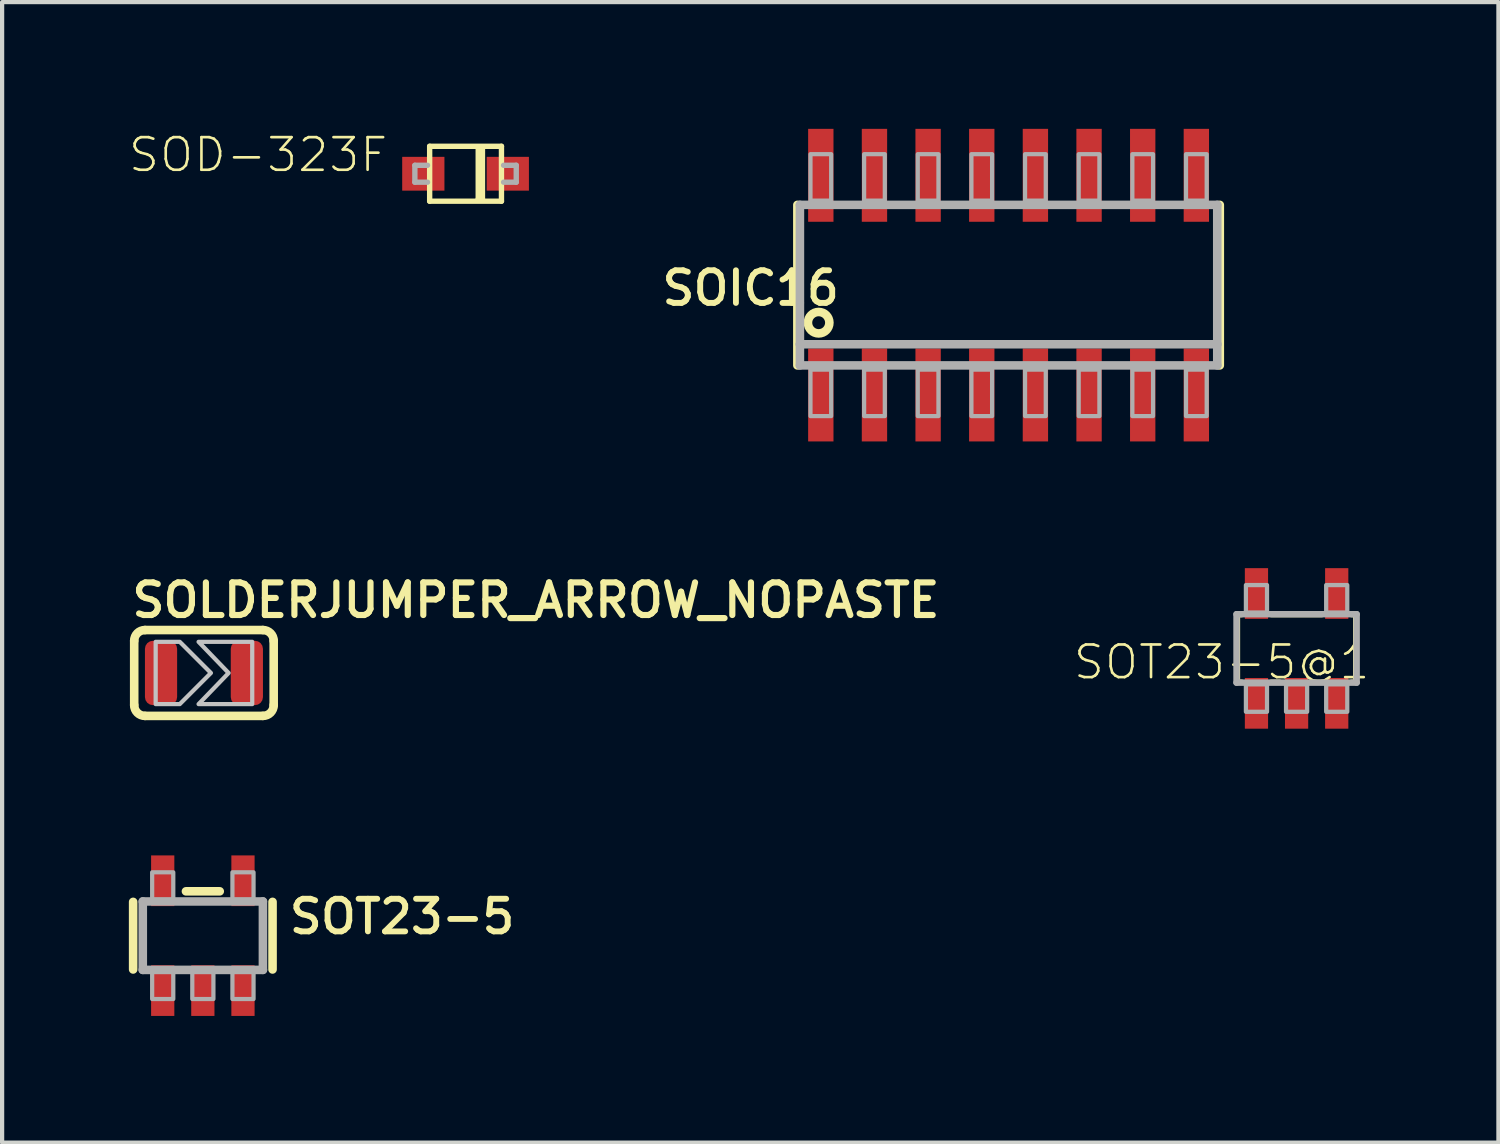
<source format=kicad_pcb>
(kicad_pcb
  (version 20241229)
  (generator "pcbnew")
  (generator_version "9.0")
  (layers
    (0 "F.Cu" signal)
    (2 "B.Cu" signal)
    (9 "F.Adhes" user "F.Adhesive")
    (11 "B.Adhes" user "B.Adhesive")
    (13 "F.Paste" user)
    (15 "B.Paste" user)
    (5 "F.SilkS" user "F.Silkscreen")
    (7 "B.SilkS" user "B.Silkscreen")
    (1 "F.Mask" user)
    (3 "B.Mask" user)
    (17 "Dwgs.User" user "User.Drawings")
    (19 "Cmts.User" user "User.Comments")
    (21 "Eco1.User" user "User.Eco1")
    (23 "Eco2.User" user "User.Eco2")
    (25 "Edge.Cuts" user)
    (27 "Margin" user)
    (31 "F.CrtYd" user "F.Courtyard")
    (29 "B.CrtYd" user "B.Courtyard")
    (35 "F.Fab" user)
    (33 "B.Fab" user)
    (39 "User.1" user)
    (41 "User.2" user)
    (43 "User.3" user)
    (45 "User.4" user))
  (footprint "SOLDERJUMPER_ARROW_NOPASTE"
    (layer "F.Cu")
    (at 1.778 12.881)
    (property "Reference" "SOLDERJUMPER_ARROW_NOPASTE" (at -1.778 -1.27 0) (layer "F.SilkS") (effects (font (size 0.772 0.772) (thickness 0.146)) (justify left bottom)))
    (attr through_hole)
    (fp_poly (pts (xy -1.46 0.826) (xy 1.46 0.826) (xy 1.46 -0.826) (xy -1.46 -0.826)) (stroke (width 0) (type solid)) (fill yes) (layer "F.Mask"))
    (fp_line (start -1.651 0.762) (end -1.651 -0.762) (stroke (width 0.203) (type solid)) (layer "F.SilkS"))
    (fp_line (start -1.397 -1.016) (end 1.397 -1.016) (stroke (width 0.203) (type solid)) (layer "F.SilkS"))
    (fp_line (start 1.397 1.016) (end -1.397 1.016) (stroke (width 0.203) (type solid)) (layer "F.SilkS"))
    (fp_line (start 1.651 0.762) (end 1.651 -0.762) (stroke (width 0.203) (type solid)) (layer "F.SilkS"))
    (fp_arc (start -1.651 -0.762) (mid -1.576605 -0.941605) (end -1.397 -1.016) (stroke (width 0.2032) (type solid)) (layer "F.SilkS"))
    (fp_arc (start -1.397 1.016) (mid -1.576605 0.941605) (end -1.651 0.762) (stroke (width 0.2032) (type solid)) (layer "F.SilkS"))
    (fp_arc (start 1.397 -1.016) (mid 1.576605 -0.941605) (end 1.651 -0.762) (stroke (width 0.2032) (type solid)) (layer "F.SilkS"))
    (fp_arc (start 1.651 0.762) (mid 1.576605 0.941605) (end 1.397 1.016) (stroke (width 0.2032) (type solid)) (layer "F.SilkS"))
    (fp_poly (pts (xy -1.143 -0.737) (xy -0.572 -0.737) (xy 0.165 0) (xy -0.572 0.737) (xy -1.143 0.737)) (stroke (width 0.1) (type solid)) (fill no) (layer "Dwgs.User"))
    (fp_poly (pts (xy -0.127 -0.737) (xy 0.584 0) (xy -0.127 0.737) (xy 1.143 0.737) (xy 1.143 -0.737)) (stroke (width 0.1) (type solid)) (fill no) (layer "Dwgs.User"))
    (pad "1" smd roundrect (at -1.016 0) (size 0.762 1.524) (layers "F.Cu" "F.Mask") (roundrect_rratio 0.25))
    (pad "2" smd roundrect (at 1.016 0) (size 0.762 1.524) (layers "F.Cu" "F.Mask") (roundrect_rratio 0.25)))
  (footprint "SOD-323F"
    (layer "F.Cu")
    (at 7.971 1.063)
    (property "Reference" "SOD-323F" (at -1.8 -0.9 180) (layer "F.SilkS") (effects (font (size 0.772 0.772) (thickness 0.062)) (justify right top)))
    (attr through_hole)
    (fp_line (start -0.85 -0.65) (end 0.85 -0.65) (stroke (width 0.127) (type solid)) (layer "F.SilkS"))
    (fp_line (start -0.85 0.65) (end -0.85 -0.65) (stroke (width 0.127) (type solid)) (layer "F.SilkS"))
    (fp_line (start 0.3 0.6) (end 0.3 -0.6) (stroke (width 0.127) (type solid)) (layer "F.SilkS"))
    (fp_line (start 0.4 -0.6) (end 0.4 0.6) (stroke (width 0.127) (type solid)) (layer "F.SilkS"))
    (fp_line (start 0.4 0.6) (end 0.3 0.6) (stroke (width 0.127) (type solid)) (layer "F.SilkS"))
    (fp_line (start 0.85 -0.65) (end 0.85 0.65) (stroke (width 0.127) (type solid)) (layer "F.SilkS"))
    (fp_line (start 0.85 0.65) (end -0.85 0.65) (stroke (width 0.127) (type solid)) (layer "F.SilkS"))
    (fp_line (start -1.2 -0.2) (end -1.2 0.2) (stroke (width 0.127) (type solid)) (layer "F.Fab"))
    (fp_line (start -1.2 0.2) (end -0.9 0.2) (stroke (width 0.127) (type solid)) (layer "F.Fab"))
    (fp_line (start -0.9 -0.2) (end -1.2 -0.2) (stroke (width 0.127) (type solid)) (layer "F.Fab"))
    (fp_line (start 0.9 -0.2) (end 1.2 -0.2) (stroke (width 0.127) (type solid)) (layer "F.Fab"))
    (fp_line (start 1.2 -0.2) (end 1.2 0.2) (stroke (width 0.127) (type solid)) (layer "F.Fab"))
    (fp_line (start 1.2 0.2) (end 0.9 0.2) (stroke (width 0.127) (type solid)) (layer "F.Fab"))
    (pad "A" smd rect (at -1 0) (size 1 0.8) (layers "F.Cu" "F.Mask" "F.Paste"))
    (pad "C" smd rect (at 1 0) (size 1 0.8) (layers "F.Cu" "F.Mask" "F.Paste")))
  (footprint "SOIC16"
    (layer "F.Cu")
    (at 20.826 3.7)
    (property "Reference" "SOIC16" (at -3.937 -0.381 180) (layer "F.SilkS") (effects (font (size 0.772 0.772) (thickness 0.139)) (justify right top)))
    (attr through_hole)
    (fp_line (start -5 -1.9) (end -5 1.9) (stroke (width 0.203) (type solid)) (layer "F.SilkS"))
    (fp_line (start 5 -1.9) (end 5 1.9) (stroke (width 0.203) (type solid)) (layer "F.SilkS"))
    (fp_circle (center -4.496 0.889) (end -4.242 0.889) (stroke (width 0.203) (type solid)) (fill no) (layer "F.SilkS"))
    (fp_line (start -4.94 -1.9) (end 4.94 -1.9) (stroke (width 0.203) (type solid)) (layer "F.Fab"))
    (fp_line (start -4.94 1.4) (end -4.94 -1.9) (stroke (width 0.203) (type solid)) (layer "F.Fab"))
    (fp_line (start -4.94 1.9) (end -4.94 1.4) (stroke (width 0.203) (type solid)) (layer "F.Fab"))
    (fp_line (start 4.94 -1.9) (end 4.94 1.4) (stroke (width 0.203) (type solid)) (layer "F.Fab"))
    (fp_line (start 4.94 1.4) (end -4.94 1.4) (stroke (width 0.203) (type solid)) (layer "F.Fab"))
    (fp_line (start 4.94 1.4) (end 4.94 1.9) (stroke (width 0.203) (type solid)) (layer "F.Fab"))
    (fp_line (start 4.94 1.9) (end -4.94 1.9) (stroke (width 0.203) (type solid)) (layer "F.Fab"))
    (fp_poly (pts (xy -4.69 -2) (xy -4.2 -2) (xy -4.2 -3.1) (xy -4.69 -3.1)) (stroke (width 0.1) (type solid)) (fill no) (layer "F.Fab"))
    (fp_poly (pts (xy -4.69 3.1) (xy -4.2 3.1) (xy -4.2 2) (xy -4.69 2)) (stroke (width 0.1) (type solid)) (fill no) (layer "F.Fab"))
    (fp_poly (pts (xy -3.42 -2) (xy -2.93 -2) (xy -2.93 -3.1) (xy -3.42 -3.1)) (stroke (width 0.1) (type solid)) (fill no) (layer "F.Fab"))
    (fp_poly (pts (xy -3.42 3.1) (xy -2.93 3.1) (xy -2.93 2) (xy -3.42 2)) (stroke (width 0.1) (type solid)) (fill no) (layer "F.Fab"))
    (fp_poly (pts (xy -2.15 -2) (xy -1.66 -2) (xy -1.66 -3.1) (xy -2.15 -3.1)) (stroke (width 0.1) (type solid)) (fill no) (layer "F.Fab"))
    (fp_poly (pts (xy -2.15 3.1) (xy -1.66 3.1) (xy -1.66 2) (xy -2.15 2)) (stroke (width 0.1) (type solid)) (fill no) (layer "F.Fab"))
    (fp_poly (pts (xy -0.88 -2) (xy -0.39 -2) (xy -0.39 -3.1) (xy -0.88 -3.1)) (stroke (width 0.1) (type solid)) (fill no) (layer "F.Fab"))
    (fp_poly (pts (xy -0.88 3.1) (xy -0.39 3.1) (xy -0.39 2) (xy -0.88 2)) (stroke (width 0.1) (type solid)) (fill no) (layer "F.Fab"))
    (fp_poly (pts (xy 0.39 -2) (xy 0.88 -2) (xy 0.88 -3.1) (xy 0.39 -3.1)) (stroke (width 0.1) (type solid)) (fill no) (layer "F.Fab"))
    (fp_poly (pts (xy 0.39 3.1) (xy 0.88 3.1) (xy 0.88 2) (xy 0.39 2)) (stroke (width 0.1) (type solid)) (fill no) (layer "F.Fab"))
    (fp_poly (pts (xy 1.66 -2) (xy 2.15 -2) (xy 2.15 -3.1) (xy 1.66 -3.1)) (stroke (width 0.1) (type solid)) (fill no) (layer "F.Fab"))
    (fp_poly (pts (xy 1.66 3.1) (xy 2.15 3.1) (xy 2.15 2) (xy 1.66 2)) (stroke (width 0.1) (type solid)) (fill no) (layer "F.Fab"))
    (fp_poly (pts (xy 2.93 -2) (xy 3.42 -2) (xy 3.42 -3.1) (xy 2.93 -3.1)) (stroke (width 0.1) (type solid)) (fill no) (layer "F.Fab"))
    (fp_poly (pts (xy 2.93 3.1) (xy 3.42 3.1) (xy 3.42 2) (xy 2.93 2)) (stroke (width 0.1) (type solid)) (fill no) (layer "F.Fab"))
    (fp_poly (pts (xy 4.2 -2) (xy 4.69 -2) (xy 4.69 -3.1) (xy 4.2 -3.1)) (stroke (width 0.1) (type solid)) (fill no) (layer "F.Fab"))
    (fp_poly (pts (xy 4.2 3.1) (xy 4.69 3.1) (xy 4.69 2) (xy 4.2 2)) (stroke (width 0.1) (type solid)) (fill no) (layer "F.Fab"))
    (pad "1" smd rect (at -4.445 2.6) (size 0.6 2.2) (layers "F.Cu" "F.Mask" "F.Paste"))
    (pad "2" smd rect (at -3.175 2.6) (size 0.6 2.2) (layers "F.Cu" "F.Mask" "F.Paste"))
    (pad "3" smd rect (at -1.905 2.6) (size 0.6 2.2) (layers "F.Cu" "F.Mask" "F.Paste"))
    (pad "4" smd rect (at -0.635 2.6) (size 0.6 2.2) (layers "F.Cu" "F.Mask" "F.Paste"))
    (pad "5" smd rect (at 0.635 2.6) (size 0.6 2.2) (layers "F.Cu" "F.Mask" "F.Paste"))
    (pad "6" smd rect (at 1.905 2.6) (size 0.6 2.2) (layers "F.Cu" "F.Mask" "F.Paste"))
    (pad "7" smd rect (at 3.175 2.6) (size 0.6 2.2) (layers "F.Cu" "F.Mask" "F.Paste"))
    (pad "8" smd rect (at 4.445 2.6) (size 0.6 2.2) (layers "F.Cu" "F.Mask" "F.Paste"))
    (pad "9" smd rect (at 4.445 -2.6) (size 0.6 2.2) (layers "F.Cu" "F.Mask" "F.Paste"))
    (pad "10" smd rect (at 3.175 -2.6) (size 0.6 2.2) (layers "F.Cu" "F.Mask" "F.Paste"))
    (pad "11" smd rect (at 1.905 -2.6) (size 0.6 2.2) (layers "F.Cu" "F.Mask" "F.Paste"))
    (pad "12" smd rect (at 0.635 -2.6) (size 0.6 2.2) (layers "F.Cu" "F.Mask" "F.Paste"))
    (pad "13" smd rect (at -0.635 -2.6) (size 0.6 2.2) (layers "F.Cu" "F.Mask" "F.Paste"))
    (pad "14" smd rect (at -1.905 -2.6) (size 0.6 2.2) (layers "F.Cu" "F.Mask" "F.Paste"))
    (pad "15" smd rect (at -3.175 -2.6) (size 0.6 2.2) (layers "F.Cu" "F.Mask" "F.Paste"))
    (pad "16" smd rect (at -4.445 -2.6) (size 0.6 2.2) (layers "F.Cu" "F.Mask" "F.Paste")))
  (footprint "SOT23-5"
    (layer "F.Cu")
    (at 1.752 19.1)
    (property "Reference" "SOT23-5" (at 1.978 0 0) (layer "F.SilkS") (effects (font (size 0.772 0.772) (thickness 0.139)) (justify left bottom)))
    (attr through_hole)
    (fp_line (start -1.65 -0.8) (end -1.65 0.8) (stroke (width 0.203) (type solid)) (layer "F.SilkS"))
    (fp_line (start -0.4 -1.05) (end 0.4 -1.05) (stroke (width 0.203) (type solid)) (layer "F.SilkS"))
    (fp_line (start 1.65 -0.8) (end 1.65 0.8) (stroke (width 0.203) (type solid)) (layer "F.SilkS"))
    (fp_line (start -1.422 -0.81) (end 1.422 -0.81) (stroke (width 0.203) (type solid)) (layer "F.Fab"))
    (fp_line (start -1.422 0.81) (end -1.422 -0.81) (stroke (width 0.203) (type solid)) (layer "F.Fab"))
    (fp_line (start 1.422 -0.81) (end 1.422 0.81) (stroke (width 0.203) (type solid)) (layer "F.Fab"))
    (fp_line (start 1.422 0.81) (end -1.422 0.81) (stroke (width 0.203) (type solid)) (layer "F.Fab"))
    (fp_poly (pts (xy -1.2 -0.85) (xy -0.7 -0.85) (xy -0.7 -1.5) (xy -1.2 -1.5)) (stroke (width 0.1) (type solid)) (fill no) (layer "F.Fab"))
    (fp_poly (pts (xy -1.2 1.5) (xy -0.7 1.5) (xy -0.7 0.85) (xy -1.2 0.85)) (stroke (width 0.1) (type solid)) (fill no) (layer "F.Fab"))
    (fp_poly (pts (xy -0.25 1.5) (xy 0.25 1.5) (xy 0.25 0.85) (xy -0.25 0.85)) (stroke (width 0.1) (type solid)) (fill no) (layer "F.Fab"))
    (fp_poly (pts (xy 0.7 -0.85) (xy 1.2 -0.85) (xy 1.2 -1.5) (xy 0.7 -1.5)) (stroke (width 0.1) (type solid)) (fill no) (layer "F.Fab"))
    (fp_poly (pts (xy 0.7 1.5) (xy 1.2 1.5) (xy 1.2 0.85) (xy 0.7 0.85)) (stroke (width 0.1) (type solid)) (fill no) (layer "F.Fab"))
    (pad "1" smd rect (at -0.95 1.3) (size 0.55 1.2) (layers "F.Cu" "F.Mask" "F.Paste"))
    (pad "2" smd rect (at 0 1.3) (size 0.55 1.2) (layers "F.Cu" "F.Mask" "F.Paste"))
    (pad "3" smd rect (at 0.95 1.3) (size 0.55 1.2) (layers "F.Cu" "F.Mask" "F.Paste"))
    (pad "4" smd rect (at 0.95 -1.3) (size 0.55 1.2) (layers "F.Cu" "F.Mask" "F.Paste"))
    (pad "5" smd rect (at -0.95 -1.3) (size 0.55 1.2) (layers "F.Cu" "F.Mask" "F.Paste")))
  (footprint "SOT23-5@1"
    (layer "F.Cu")
    (at 27.644 12.3)
    (property "Reference" "SOT23-5@1" (at 1.778 -0.127 180) (layer "F.SilkS") (effects (font (size 0.772 0.772) (thickness 0.062)) (justify right top)))
    (attr through_hole)
    (fp_line (start -1.4 -0.8) (end -1.4 0.8) (stroke (width 0.127) (type solid)) (layer "F.SilkS"))
    (fp_line (start -1.4 0.8) (end -1.3 0.8) (stroke (width 0.127) (type solid)) (layer "F.SilkS"))
    (fp_line (start -1.3 -0.8) (end -1.4 -0.8) (stroke (width 0.127) (type solid)) (layer "F.SilkS"))
    (fp_line (start -0.6 -0.8) (end 0.6 -0.8) (stroke (width 0.127) (type solid)) (layer "F.SilkS"))
    (fp_line (start -0.6 0.8) (end -0.4 0.8) (stroke (width 0.127) (type solid)) (layer "F.SilkS"))
    (fp_line (start 0.4 0.8) (end 0.6 0.8) (stroke (width 0.127) (type solid)) (layer "F.SilkS"))
    (fp_line (start 1.3 -0.8) (end 1.4 -0.8) (stroke (width 0.127) (type solid)) (layer "F.SilkS"))
    (fp_line (start 1.4 -0.8) (end 1.4 0.8) (stroke (width 0.127) (type solid)) (layer "F.SilkS"))
    (fp_line (start 1.4 0.8) (end 1.3 0.8) (stroke (width 0.127) (type solid)) (layer "F.SilkS"))
    (fp_line (start -1.422 -0.81) (end 1.422 -0.81) (stroke (width 0.152) (type solid)) (layer "F.Fab"))
    (fp_line (start -1.422 0.81) (end -1.422 -0.81) (stroke (width 0.152) (type solid)) (layer "F.Fab"))
    (fp_line (start 1.422 -0.81) (end 1.422 0.81) (stroke (width 0.152) (type solid)) (layer "F.Fab"))
    (fp_line (start 1.422 0.81) (end -1.422 0.81) (stroke (width 0.152) (type solid)) (layer "F.Fab"))
    (fp_poly (pts (xy -1.2 -0.85) (xy -0.7 -0.85) (xy -0.7 -1.5) (xy -1.2 -1.5)) (stroke (width 0.1) (type solid)) (fill no) (layer "F.Fab"))
    (fp_poly (pts (xy -1.2 1.5) (xy -0.7 1.5) (xy -0.7 0.85) (xy -1.2 0.85)) (stroke (width 0.1) (type solid)) (fill no) (layer "F.Fab"))
    (fp_poly (pts (xy -0.25 1.5) (xy 0.25 1.5) (xy 0.25 0.85) (xy -0.25 0.85)) (stroke (width 0.1) (type solid)) (fill no) (layer "F.Fab"))
    (fp_poly (pts (xy 0.7 -0.85) (xy 1.2 -0.85) (xy 1.2 -1.5) (xy 0.7 -1.5)) (stroke (width 0.1) (type solid)) (fill no) (layer "F.Fab"))
    (fp_poly (pts (xy 0.7 1.5) (xy 1.2 1.5) (xy 1.2 0.85) (xy 0.7 0.85)) (stroke (width 0.1) (type solid)) (fill no) (layer "F.Fab"))
    (pad "1" smd rect (at -0.95 1.3) (size 0.55 1.2) (layers "F.Cu" "F.Mask" "F.Paste"))
    (pad "2" smd rect (at 0 1.3) (size 0.55 1.2) (layers "F.Cu" "F.Mask" "F.Paste"))
    (pad "3" smd rect (at 0.95 1.3) (size 0.55 1.2) (layers "F.Cu" "F.Mask" "F.Paste"))
    (pad "4" smd rect (at 0.95 -1.3) (size 0.55 1.2) (layers "F.Cu" "F.Mask" "F.Paste"))
    (pad "5" smd rect (at -0.95 -1.3) (size 0.55 1.2) (layers "F.Cu" "F.Mask" "F.Paste")))
  (gr_rect
    (start -3 -3)
    (end 32.422 24)
    (stroke (width 0.1) (type default))
    (fill no)
    (layer "Edge.Cuts")))
</source>
